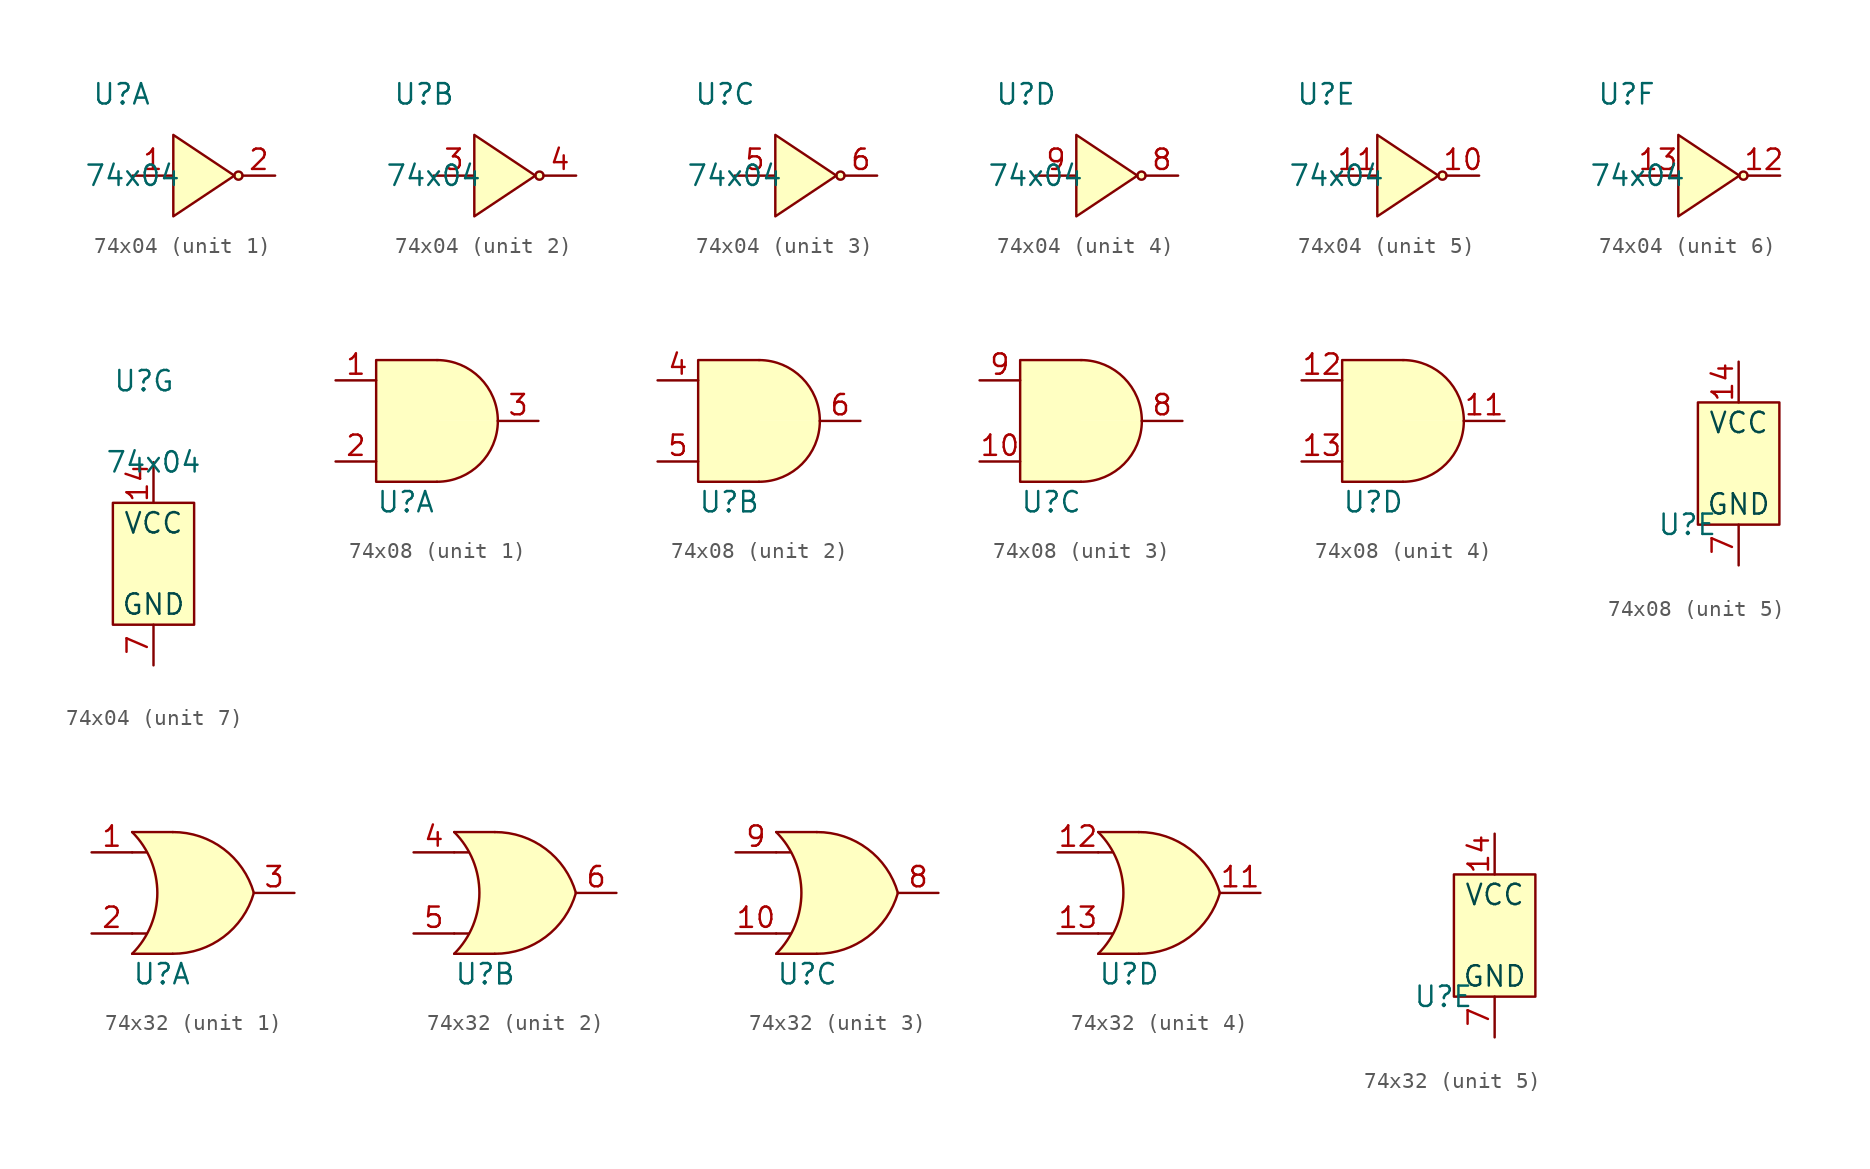
<source format=kicad_sym>
(kicad_symbol_lib
  (version 20231120)
  (generator "kicad_symbol_editor")
  (generator_version "8.0")
  (symbol "74x04"
    (pin_names hide)
    (property "Reference" "U"
      (at -2.54 5.08 0)
      (effects (font (size 1.27 1.27)) (justify left)))
    (property "Value" "74x04"
      (at 0 0 0)
      (effects (font (size 1.27 1.27))))
    (symbol "74x04_1_1"
      (polyline (pts (xy 2.54 2.54) (xy 2.54 -2.54) (xy 6.35 0) (xy 2.54 2.54)) (stroke (width 0) (type default)) (fill (type background)))
      (circle (center 6.604 0) (radius 0.254) (stroke (width 0) (type default)) (fill (type background)))
      (pin bidirectional line (at 0 0 0) (length 2.54) (name "1A" (effects (font (size 1.27 1.27)))) (number "1" (effects (font (size 1.27 1.27)))))
      (pin bidirectional line (at 8.89 0 180) (length 2.032) (name "1Y" (effects (font (size 1.27 1.27)))) (number "2" (effects (font (size 1.27 1.27))))))
    (symbol "74x04_2_0"
      (pin bidirectional line (at 0 0 0) (length 2.54) (name "2A" (effects (font (size 1.27 1.27)))) (number "3" (effects (font (size 1.27 1.27)))))
      (pin bidirectional line (at 8.89 0 180) (length 2.032) (name "2Y" (effects (font (size 1.27 1.27)))) (number "4" (effects (font (size 1.27 1.27))))))
    (symbol "74x04_2_1"
      (polyline (pts (xy 2.54 2.54) (xy 2.54 -2.54) (xy 6.35 0) (xy 2.54 2.54)) (stroke (width 0) (type default)) (fill (type background)))
      (circle (center 6.604 0) (radius 0.254) (stroke (width 0) (type default)) (fill (type background))))
    (symbol "74x04_3_0"
      (pin bidirectional line (at 0 0 0) (length 2.54) (name "3A" (effects (font (size 1.27 1.27)))) (number "5" (effects (font (size 1.27 1.27)))))
      (pin bidirectional line (at 8.89 0 180) (length 2.032) (name "3Y" (effects (font (size 1.27 1.27)))) (number "6" (effects (font (size 1.27 1.27))))))
    (symbol "74x04_3_1"
      (polyline (pts (xy 2.54 2.54) (xy 2.54 -2.54) (xy 6.35 0) (xy 2.54 2.54)) (stroke (width 0) (type default)) (fill (type background)))
      (circle (center 6.604 0) (radius 0.254) (stroke (width 0) (type default)) (fill (type background))))
    (symbol "74x04_4_0"
      (pin bidirectional line (at 8.89 0 180) (length 2.032) (name "4Y" (effects (font (size 1.27 1.27)))) (number "8" (effects (font (size 1.27 1.27)))))
      (pin bidirectional line (at 0 0 0) (length 2.54) (name "4A" (effects (font (size 1.27 1.27)))) (number "9" (effects (font (size 1.27 1.27))))))
    (symbol "74x04_4_1"
      (polyline (pts (xy 2.54 2.54) (xy 2.54 -2.54) (xy 6.35 0) (xy 2.54 2.54)) (stroke (width 0) (type default)) (fill (type background)))
      (circle (center 6.604 0) (radius 0.254) (stroke (width 0) (type default)) (fill (type background))))
    (symbol "74x04_5_0"
      (pin bidirectional line (at 8.89 0 180) (length 2.032) (name "5Y" (effects (font (size 1.27 1.27)))) (number "10" (effects (font (size 1.27 1.27)))))
      (pin bidirectional line (at 0 0 0) (length 2.54) (name "5A" (effects (font (size 1.27 1.27)))) (number "11" (effects (font (size 1.27 1.27))))))
    (symbol "74x04_5_1"
      (polyline (pts (xy 2.54 2.54) (xy 2.54 -2.54) (xy 6.35 0) (xy 2.54 2.54)) (stroke (width 0) (type default)) (fill (type background)))
      (circle (center 6.604 0) (radius 0.254) (stroke (width 0) (type default)) (fill (type background))))
    (symbol "74x04_6_0"
      (pin bidirectional line (at 8.89 0 180) (length 2.032) (name "6Y" (effects (font (size 1.27 1.27)))) (number "12" (effects (font (size 1.27 1.27)))))
      (pin bidirectional line (at 0 0 0) (length 2.54) (name "6A" (effects (font (size 1.27 1.27)))) (number "13" (effects (font (size 1.27 1.27))))))
    (symbol "74x04_6_1"
      (polyline (pts (xy 2.54 2.54) (xy 2.54 -2.54) (xy 6.35 0) (xy 2.54 2.54)) (stroke (width 0) (type default)) (fill (type background)))
      (circle (center 6.604 0) (radius 0.254) (stroke (width 0) (type default)) (fill (type background))))
    (symbol "74x04_7_0"
      (pin power_in line (at 0 0 270) (length 2.54) (name "VCC" (effects (font (size 1.27 1.27)))) (number "14" (effects (font (size 1.27 1.27)))))
      (pin power_in line (at 0 -12.7 90) (length 2.54) (name "GND" (effects (font (size 1.27 1.27)))) (number "7" (effects (font (size 1.27 1.27))))))
    (symbol "74x04_7_1"
      (rectangle (start -2.54 -2.54) (end 2.54 -10.16) (stroke (width 0) (type default)) (fill (type background)))
      (text "GND" (at 0 -8.89 0) (effects (font (size 1.27 1.27) (color 0 72 72 1))))
      (text "VCC" (at 0 -3.81 0) (effects (font (size 1.27 1.27) (color 0 72 72 1))))))
  (symbol "74x08"
    (pin_names hide)
    (property "Reference" "U"
      (at 2.54 -7.62 0)
      (effects (font (size 1.27 1.27)) (justify left)))
    (property "Value" ""
      (at 0 0 0)
      (effects (font (size 1.27 1.27))))
    (symbol "74x08_1_0"
      (pin bidirectional line (at 0 0 0) (length 2.54) (name "1A" (effects (font (size 1.27 1.27)))) (number "1" (effects (font (size 1.27 1.27)))))
      (pin bidirectional line (at 0 -5.08 0) (length 2.54) (name "1B" (effects (font (size 1.27 1.27)))) (number "2" (effects (font (size 1.27 1.27)))))
      (pin bidirectional line (at 12.7 -2.54 180) (length 2.54) (name "1Y" (effects (font (size 1.27 1.27)))) (number "3" (effects (font (size 1.27 1.27))))))
    (symbol "74x08_1_1"
      (polyline (pts (xy 6.35 1.27) (xy 2.54 1.27) (xy 2.54 -6.35) (xy 6.35 -6.35)) (stroke (width 0) (type default)) (fill (type background)))
      (arc (start 6.35 -6.35) (mid 9.0441 -5.2341) (end 10.16 -2.54) (stroke (width 0) (type default)) (fill (type background)))
      (arc (start 10.16 -2.54) (mid 9.0441 0.1541) (end 6.35 1.27) (stroke (width 0) (type default)) (fill (type background))))
    (symbol "74x08_2_0"
      (pin bidirectional line (at 0 0 0) (length 2.54) (name "2A" (effects (font (size 1.27 1.27)))) (number "4" (effects (font (size 1.27 1.27)))))
      (pin bidirectional line (at 0 -5.08 0) (length 2.54) (name "2B" (effects (font (size 1.27 1.27)))) (number "5" (effects (font (size 1.27 1.27)))))
      (pin bidirectional line (at 12.7 -2.54 180) (length 2.54) (name "2Y" (effects (font (size 1.27 1.27)))) (number "6" (effects (font (size 1.27 1.27))))))
    (symbol "74x08_2_1"
      (polyline (pts (xy 6.35 1.27) (xy 2.54 1.27) (xy 2.54 -6.35) (xy 6.35 -6.35)) (stroke (width 0) (type default)) (fill (type background)))
      (arc (start 6.35 -6.35) (mid 9.0441 -5.2341) (end 10.16 -2.54) (stroke (width 0) (type default)) (fill (type background)))
      (arc (start 10.16 -2.54) (mid 9.0441 0.1541) (end 6.35 1.27) (stroke (width 0) (type default)) (fill (type background))))
    (symbol "74x08_3_0"
      (pin bidirectional line (at 0 -5.08 0) (length 2.54) (name "3B" (effects (font (size 1.27 1.27)))) (number "10" (effects (font (size 1.27 1.27)))))
      (pin bidirectional line (at 12.7 -2.54 180) (length 2.54) (name "3Y" (effects (font (size 1.27 1.27)))) (number "8" (effects (font (size 1.27 1.27)))))
      (pin bidirectional line (at 0 0 0) (length 2.54) (name "3A" (effects (font (size 1.27 1.27)))) (number "9" (effects (font (size 1.27 1.27))))))
    (symbol "74x08_3_1"
      (polyline (pts (xy 6.35 1.27) (xy 2.54 1.27) (xy 2.54 -6.35) (xy 6.35 -6.35)) (stroke (width 0) (type default)) (fill (type background)))
      (arc (start 6.35 -6.35) (mid 9.0441 -5.2341) (end 10.16 -2.54) (stroke (width 0) (type default)) (fill (type background)))
      (arc (start 10.16 -2.54) (mid 9.0441 0.1541) (end 6.35 1.27) (stroke (width 0) (type default)) (fill (type background))))
    (symbol "74x08_4_0"
      (pin bidirectional line (at 12.7 -2.54 180) (length 2.54) (name "3Y" (effects (font (size 1.27 1.27)))) (number "11" (effects (font (size 1.27 1.27)))))
      (pin bidirectional line (at 0 0 0) (length 2.54) (name "4A" (effects (font (size 1.27 1.27)))) (number "12" (effects (font (size 1.27 1.27)))))
      (pin bidirectional line (at 0 -5.08 0) (length 2.54) (name "4B" (effects (font (size 1.27 1.27)))) (number "13" (effects (font (size 1.27 1.27))))))
    (symbol "74x08_4_1"
      (polyline (pts (xy 6.35 1.27) (xy 2.54 1.27) (xy 2.54 -6.35) (xy 6.35 -6.35)) (stroke (width 0) (type default)) (fill (type background)))
      (arc (start 6.35 -6.35) (mid 9.0441 -5.2341) (end 10.16 -2.54) (stroke (width 0) (type default)) (fill (type background)))
      (arc (start 10.16 -2.54) (mid 9.0441 0.1541) (end 6.35 1.27) (stroke (width 0) (type default)) (fill (type background))))
    (symbol "74x08_5_0"
      (pin power_in line (at 7.62 2.54 270) (length 2.54) (name "VCC" (effects (font (size 1.27 1.27)))) (number "14" (effects (font (size 1.27 1.27)))))
      (pin power_in line (at 7.62 -10.16 90) (length 2.54) (name "GND" (effects (font (size 1.27 1.27)))) (number "7" (effects (font (size 1.27 1.27))))))
    (symbol "74x08_5_1"
      (rectangle (start 5.08 0) (end 10.16 -7.62) (stroke (width 0) (type default)) (fill (type background)))
      (text "GND" (at 7.62 -6.35 0) (effects (font (size 1.27 1.27) (color 0 72 72 1))))
      (text "VCC" (at 7.62 -1.27 0) (effects (font (size 1.27 1.27) (color 0 72 72 1))))))
  (symbol "74x32"
    (pin_names hide)
    (property "Reference" "U"
      (at 2.54 -7.62 0)
      (effects (font (size 1.27 1.27)) (justify left)))
    (property "Value" ""
      (at 0 0 0)
      (effects (font (size 1.27 1.27))))
    (symbol "74x32_1_0"
      (pin bidirectional line (at 0 0 0) (length 2.54) (name "1A" (effects (font (size 1.27 1.27)))) (number "1" (effects (font (size 1.27 1.27)))))
      (pin bidirectional line (at 0 -5.08 0) (length 2.54) (name "1B" (effects (font (size 1.27 1.27)))) (number "2" (effects (font (size 1.27 1.27)))))
      (pin bidirectional line (at 12.7 -2.54 180) (length 2.54) (name "1Y" (effects (font (size 1.27 1.27)))) (number "3" (effects (font (size 1.27 1.27))))))
    (symbol "74x32_1_1"
      (polyline (pts (xy 2.54 -6.35) (xy 5.08 -6.35)) (stroke (width 0) (type default)) (fill (type none)))
      (polyline (pts (xy 2.54 -5.08) (xy 3.429 -5.08)) (stroke (width 0) (type default)) (fill (type none)))
      (polyline (pts (xy 2.54 0) (xy 3.429 0)) (stroke (width 0) (type default)) (fill (type none)))
      (polyline (pts (xy 2.54 1.27) (xy 5.08 1.27)) (stroke (width 0) (type default)) (fill (type none)))
      (polyline (pts (xy 5.334 1.27) (xy 2.54 1.27) (xy 3.048 0.762) (xy 3.302 0.254) (xy 3.556 -0.254) (xy 3.81 -1.016) (xy 4.064 -2.54) (xy 3.81 -4.064) (xy 3.556 -4.826) (xy 3.302 -5.334) (xy 3.048 -5.842) (xy 2.54 -6.35) (xy 5.334 -6.35)) (stroke (width -0.0001) (type default)) (fill (type background)))
      (arc (start 2.54 -6.35) (mid 4.1169 -2.54) (end 2.54 1.27) (stroke (width 0) (type default)) (fill (type none)))
      (arc (start 5.08 -6.35) (mid 8.2601 -5.2984) (end 10.16 -2.54) (stroke (width 0) (type default)) (fill (type background)))
      (arc (start 10.16 -2.54) (mid 8.2601 0.2184) (end 5.08 1.27) (stroke (width 0) (type default)) (fill (type background))))
    (symbol "74x32_2_0"
      (pin bidirectional line (at 0 0 0) (length 2.54) (name "2A" (effects (font (size 1.27 1.27)))) (number "4" (effects (font (size 1.27 1.27)))))
      (pin bidirectional line (at 0 -5.08 0) (length 2.54) (name "2B" (effects (font (size 1.27 1.27)))) (number "5" (effects (font (size 1.27 1.27)))))
      (pin bidirectional line (at 12.7 -2.54 180) (length 2.54) (name "2Y" (effects (font (size 1.27 1.27)))) (number "6" (effects (font (size 1.27 1.27))))))
    (symbol "74x32_2_1"
      (polyline (pts (xy 2.544 -6.35) (xy 5.084 -6.35)) (stroke (width 0) (type default)) (fill (type none)))
      (polyline (pts (xy 2.544 -5.08) (xy 3.433 -5.08)) (stroke (width 0) (type default)) (fill (type none)))
      (polyline (pts (xy 2.544 0) (xy 3.433 0)) (stroke (width 0) (type default)) (fill (type none)))
      (polyline (pts (xy 2.544 1.27) (xy 5.084 1.27)) (stroke (width 0) (type default)) (fill (type none)))
      (polyline (pts (xy 5.334 1.27) (xy 2.544 1.27) (xy 3.052 0.762) (xy 3.306 0.254) (xy 3.56 -0.254) (xy 3.814 -1.016) (xy 4.068 -2.54) (xy 3.814 -4.064) (xy 3.56 -4.826) (xy 3.306 -5.334) (xy 3.052 -5.842) (xy 2.544 -6.35) (xy 5.334 -6.35)) (stroke (width -0.0001) (type default)) (fill (type background)))
      (arc (start 2.5443 -6.35) (mid 4.1212 -2.54) (end 2.5443 1.27) (stroke (width 0) (type default)) (fill (type none)))
      (arc (start 5.0843 -6.35) (mid 8.2643 -5.2984) (end 10.1643 -2.54) (stroke (width 0) (type default)) (fill (type background)))
      (arc (start 10.1643 -2.54) (mid 8.2644 0.2185) (end 5.0843 1.27) (stroke (width 0) (type default)) (fill (type background))))
    (symbol "74x32_3_0"
      (pin bidirectional line (at 0 -5.08 0) (length 2.54) (name "3B" (effects (font (size 1.27 1.27)))) (number "10" (effects (font (size 1.27 1.27)))))
      (pin bidirectional line (at 12.7 -2.54 180) (length 2.54) (name "3Y" (effects (font (size 1.27 1.27)))) (number "8" (effects (font (size 1.27 1.27)))))
      (pin bidirectional line (at 0 0 0) (length 2.54) (name "3A" (effects (font (size 1.27 1.27)))) (number "9" (effects (font (size 1.27 1.27))))))
    (symbol "74x32_3_1"
      (polyline (pts (xy 2.544 -6.35) (xy 5.084 -6.35)) (stroke (width 0) (type default)) (fill (type none)))
      (polyline (pts (xy 2.544 -5.08) (xy 3.433 -5.08)) (stroke (width 0) (type default)) (fill (type none)))
      (polyline (pts (xy 2.544 0) (xy 3.433 0)) (stroke (width 0) (type default)) (fill (type none)))
      (polyline (pts (xy 2.544 1.27) (xy 5.084 1.27)) (stroke (width 0) (type default)) (fill (type none)))
      (polyline (pts (xy 5.334 1.27) (xy 2.544 1.27) (xy 3.052 0.762) (xy 3.306 0.254) (xy 3.56 -0.254) (xy 3.814 -1.016) (xy 4.068 -2.54) (xy 3.814 -4.064) (xy 3.56 -4.826) (xy 3.306 -5.334) (xy 3.052 -5.842) (xy 2.544 -6.35) (xy 5.334 -6.35)) (stroke (width -0.0001) (type default)) (fill (type background)))
      (arc (start 2.5443 -6.35) (mid 4.1212 -2.54) (end 2.5443 1.27) (stroke (width 0) (type default)) (fill (type none)))
      (arc (start 5.0843 -6.35) (mid 8.2643 -5.2984) (end 10.1643 -2.54) (stroke (width 0) (type default)) (fill (type background)))
      (arc (start 10.1643 -2.54) (mid 8.2644 0.2185) (end 5.0843 1.27) (stroke (width 0) (type default)) (fill (type background))))
    (symbol "74x32_4_0"
      (pin bidirectional line (at 12.7 -2.54 180) (length 2.54) (name "3Y" (effects (font (size 1.27 1.27)))) (number "11" (effects (font (size 1.27 1.27)))))
      (pin bidirectional line (at 0 0 0) (length 2.54) (name "4A" (effects (font (size 1.27 1.27)))) (number "12" (effects (font (size 1.27 1.27)))))
      (pin bidirectional line (at 0 -5.08 0) (length 2.54) (name "4B" (effects (font (size 1.27 1.27)))) (number "13" (effects (font (size 1.27 1.27))))))
    (symbol "74x32_4_1"
      (polyline (pts (xy 2.544 -6.35) (xy 5.084 -6.35)) (stroke (width 0) (type default)) (fill (type none)))
      (polyline (pts (xy 2.544 -5.08) (xy 3.433 -5.08)) (stroke (width 0) (type default)) (fill (type none)))
      (polyline (pts (xy 2.544 0) (xy 3.433 0)) (stroke (width 0) (type default)) (fill (type none)))
      (polyline (pts (xy 2.544 1.27) (xy 5.084 1.27)) (stroke (width 0) (type default)) (fill (type none)))
      (polyline (pts (xy 5.334 1.27) (xy 2.544 1.27) (xy 3.052 0.762) (xy 3.306 0.254) (xy 3.56 -0.254) (xy 3.814 -1.016) (xy 4.068 -2.54) (xy 3.814 -4.064) (xy 3.56 -4.826) (xy 3.306 -5.334) (xy 3.052 -5.842) (xy 2.544 -6.35) (xy 5.334 -6.35)) (stroke (width -0.0001) (type default)) (fill (type background)))
      (arc (start 2.5443 -6.35) (mid 4.1212 -2.54) (end 2.5443 1.27) (stroke (width 0) (type default)) (fill (type none)))
      (arc (start 5.0843 -6.35) (mid 8.2643 -5.2984) (end 10.1643 -2.54) (stroke (width 0) (type default)) (fill (type background)))
      (arc (start 10.1643 -2.54) (mid 8.2644 0.2185) (end 5.0843 1.27) (stroke (width 0) (type default)) (fill (type background))))
    (symbol "74x32_5_0"
      (pin power_in line (at 7.62 2.54 270) (length 2.54) (name "VCC" (effects (font (size 1.27 1.27)))) (number "14" (effects (font (size 1.27 1.27)))))
      (pin power_in line (at 7.62 -10.16 90) (length 2.54) (name "GND" (effects (font (size 1.27 1.27)))) (number "7" (effects (font (size 1.27 1.27))))))
    (symbol "74x32_5_1"
      (rectangle (start 5.08 0) (end 10.16 -7.62) (stroke (width 0) (type default)) (fill (type background)))
      (text "GND" (at 7.62 -6.35 0) (effects (font (size 1.27 1.27) (color 0 72 72 1))))
      (text "VCC" (at 7.62 -1.27 0) (effects (font (size 1.27 1.27) (color 0 72 72 1)))))))
</source>
